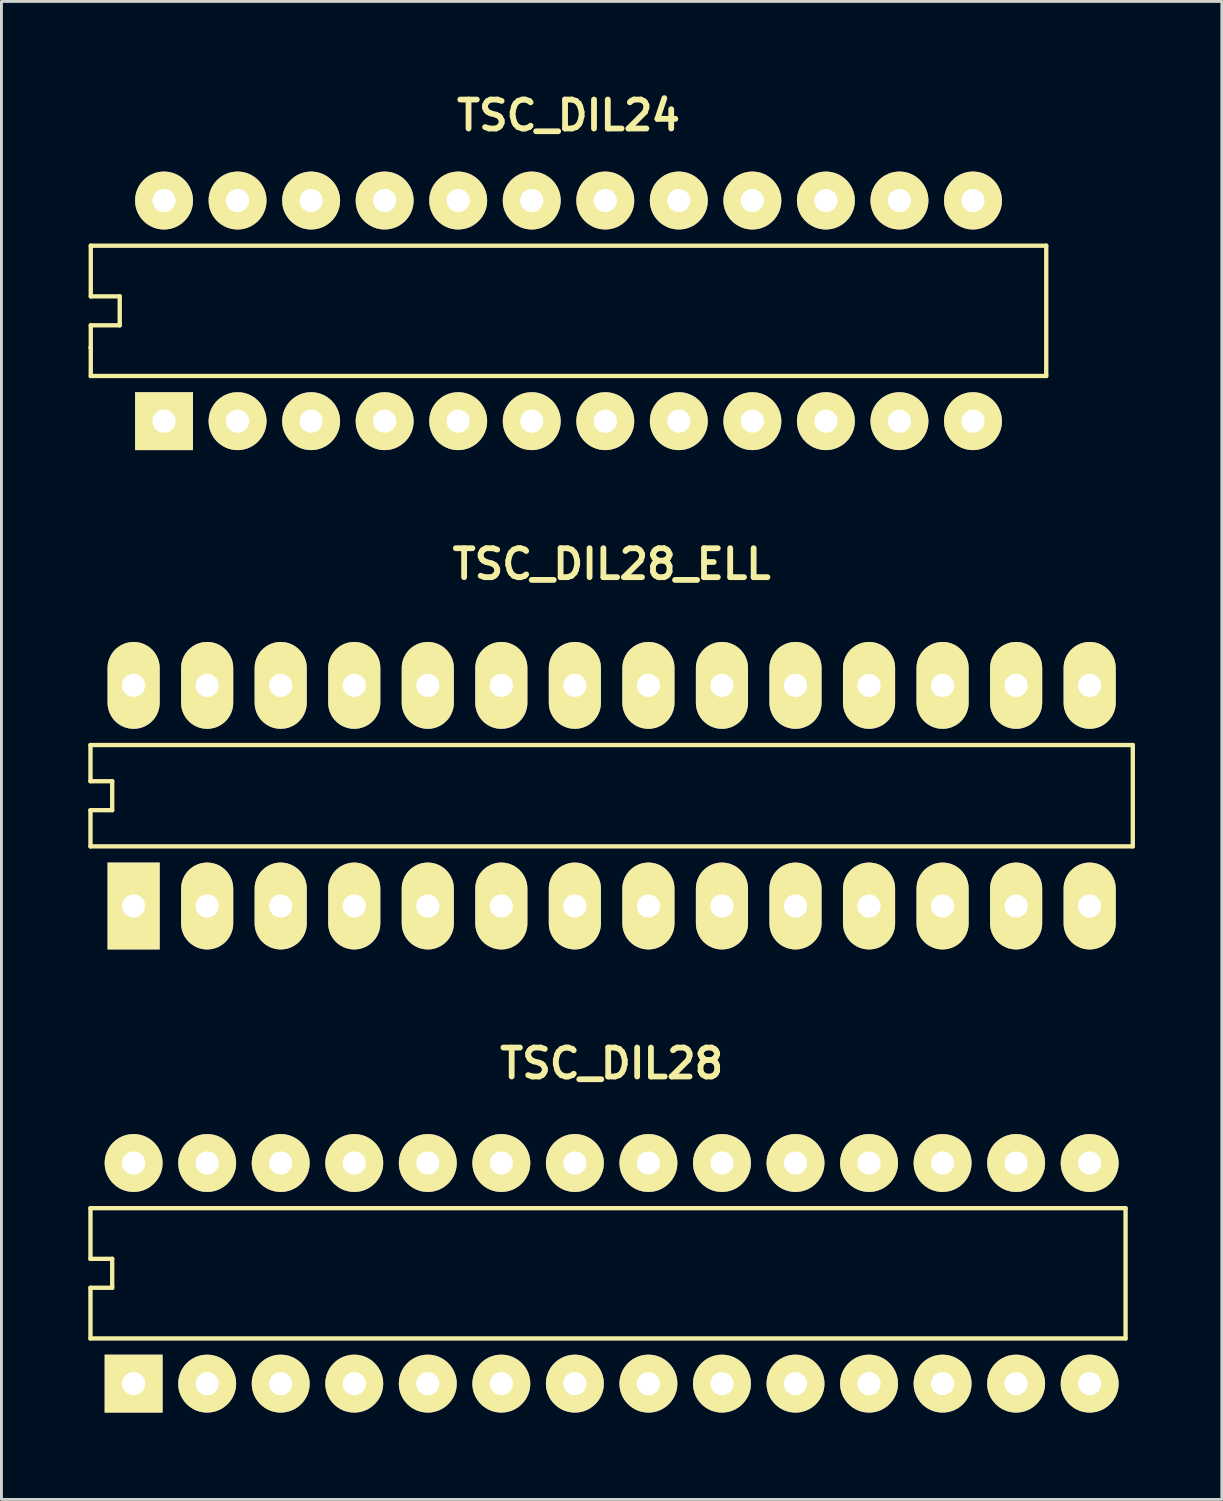
<source format=kicad_pcb>
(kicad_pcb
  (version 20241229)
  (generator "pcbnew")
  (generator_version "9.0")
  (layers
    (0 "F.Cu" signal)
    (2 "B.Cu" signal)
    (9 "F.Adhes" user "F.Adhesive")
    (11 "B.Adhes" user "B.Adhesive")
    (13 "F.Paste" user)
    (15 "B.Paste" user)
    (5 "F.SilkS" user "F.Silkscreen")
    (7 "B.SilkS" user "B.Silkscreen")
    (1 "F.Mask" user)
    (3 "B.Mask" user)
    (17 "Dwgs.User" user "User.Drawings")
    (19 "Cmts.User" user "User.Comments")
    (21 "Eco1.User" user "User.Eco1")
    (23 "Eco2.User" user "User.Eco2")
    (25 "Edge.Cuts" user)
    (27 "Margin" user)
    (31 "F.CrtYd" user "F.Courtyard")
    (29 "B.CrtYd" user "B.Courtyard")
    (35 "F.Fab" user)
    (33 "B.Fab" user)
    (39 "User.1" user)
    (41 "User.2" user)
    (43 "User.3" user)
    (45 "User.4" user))
  (footprint "TSC_DIL28_ELL"
    (layer "F.Cu")
    (at 18.075 24.432)
    (property "Reference" "TSC_DIL28_ELL" (at 0 -8 0) (layer "F.SilkS") (effects (font (size 1 1) (thickness 0.2))))
    (attr through_hole)
    (fp_line (start -18 -1.75) (end 18 -1.75) (stroke (width 0.15) (type solid)) (layer "F.SilkS"))
    (fp_line (start -18 -0.5) (end -18 -1.75) (stroke (width 0.15) (type solid)) (layer "F.SilkS"))
    (fp_line (start -18 0.5) (end -17.25 0.5) (stroke (width 0.15) (type solid)) (layer "F.SilkS"))
    (fp_line (start -18 1.75) (end -18 0.5) (stroke (width 0.15) (type solid)) (layer "F.SilkS"))
    (fp_line (start -17.25 -0.5) (end -18 -0.5) (stroke (width 0.15) (type solid)) (layer "F.SilkS"))
    (fp_line (start -17.25 0.5) (end -17.25 -0.5) (stroke (width 0.15) (type solid)) (layer "F.SilkS"))
    (fp_line (start 18 -1.75) (end 18 1.75) (stroke (width 0.15) (type solid)) (layer "F.SilkS"))
    (fp_line (start 18 1.75) (end -18 1.75) (stroke (width 0.15) (type solid)) (layer "F.SilkS"))
    (pad "1" thru_hole rect (at -16.51 3.81) (size 1.8 3) (drill 0.8) (layers "*.Cu" "*.Mask" "F.SilkS"))
    (pad "2" thru_hole oval (at -13.97 3.81) (size 1.8 3) (drill 0.8) (layers "*.Cu" "*.Mask" "F.SilkS"))
    (pad "3" thru_hole oval (at -11.43 3.81) (size 1.8 3) (drill 0.8) (layers "*.Cu" "*.Mask" "F.SilkS"))
    (pad "4" thru_hole oval (at -8.89 3.81) (size 1.8 3) (drill 0.8) (layers "*.Cu" "*.Mask" "F.SilkS"))
    (pad "5" thru_hole oval (at -6.35 3.81) (size 1.8 3) (drill 0.8) (layers "*.Cu" "*.Mask" "F.SilkS"))
    (pad "6" thru_hole oval (at -3.81 3.81) (size 1.8 3) (drill 0.8) (layers "*.Cu" "*.Mask" "F.SilkS"))
    (pad "7" thru_hole oval (at -1.27 3.81) (size 1.8 3) (drill 0.8) (layers "*.Cu" "*.Mask" "F.SilkS"))
    (pad "8" thru_hole oval (at 1.27 3.81) (size 1.8 3) (drill 0.8) (layers "*.Cu" "*.Mask" "F.SilkS"))
    (pad "9" thru_hole oval (at 3.81 3.81) (size 1.8 3) (drill 0.8) (layers "*.Cu" "*.Mask" "F.SilkS"))
    (pad "10" thru_hole oval (at 6.35 3.81) (size 1.8 3) (drill 0.8) (layers "*.Cu" "*.Mask" "F.SilkS"))
    (pad "11" thru_hole oval (at 8.89 3.81) (size 1.8 3) (drill 0.8) (layers "*.Cu" "*.Mask" "F.SilkS"))
    (pad "12" thru_hole oval (at 11.43 3.81) (size 1.8 3) (drill 0.8) (layers "*.Cu" "*.Mask" "F.SilkS"))
    (pad "13" thru_hole oval (at 13.97 3.81) (size 1.8 3) (drill 0.8) (layers "*.Cu" "*.Mask" "F.SilkS"))
    (pad "14" thru_hole oval (at 16.51 3.81) (size 1.8 3) (drill 0.8) (layers "*.Cu" "*.Mask" "F.SilkS"))
    (pad "15" thru_hole oval (at 16.51 -3.81) (size 1.8 3) (drill 0.8) (layers "*.Cu" "*.Mask" "F.SilkS"))
    (pad "16" thru_hole oval (at 13.97 -3.81) (size 1.8 3) (drill 0.8) (layers "*.Cu" "*.Mask" "F.SilkS"))
    (pad "17" thru_hole oval (at 11.43 -3.81) (size 1.8 3) (drill 0.8) (layers "*.Cu" "*.Mask" "F.SilkS"))
    (pad "18" thru_hole oval (at 8.89 -3.81) (size 1.8 3) (drill 0.8) (layers "*.Cu" "*.Mask" "F.SilkS"))
    (pad "19" thru_hole oval (at 6.35 -3.81) (size 1.8 3) (drill 0.8) (layers "*.Cu" "*.Mask" "F.SilkS"))
    (pad "20" thru_hole oval (at 3.81 -3.81) (size 1.8 3) (drill 0.8) (layers "*.Cu" "*.Mask" "F.SilkS"))
    (pad "21" thru_hole oval (at 1.27 -3.81) (size 1.8 3) (drill 0.8) (layers "*.Cu" "*.Mask" "F.SilkS"))
    (pad "22" thru_hole oval (at -1.27 -3.81) (size 1.8 3) (drill 0.8) (layers "*.Cu" "*.Mask" "F.SilkS"))
    (pad "23" thru_hole oval (at -3.81 -3.81) (size 1.8 3) (drill 0.8) (layers "*.Cu" "*.Mask" "F.SilkS"))
    (pad "24" thru_hole oval (at -6.35 -3.81) (size 1.8 3) (drill 0.8) (layers "*.Cu" "*.Mask" "F.SilkS"))
    (pad "25" thru_hole oval (at -8.89 -3.81) (size 1.8 3) (drill 0.8) (layers "*.Cu" "*.Mask" "F.SilkS"))
    (pad "26" thru_hole oval (at -11.43 -3.81) (size 1.8 3) (drill 0.8) (layers "*.Cu" "*.Mask" "F.SilkS"))
    (pad "27" thru_hole oval (at -13.97 -3.81) (size 1.8 3) (drill 0.8) (layers "*.Cu" "*.Mask" "F.SilkS"))
    (pad "28" thru_hole oval (at -16.51 -3.81) (size 1.8 3) (drill 0.8) (layers "*.Cu" "*.Mask" "F.SilkS")))
  (footprint "TSC_DIL24"
    (layer "F.Cu")
    (at 16.585 7.686)
    (property "Reference" "TSC_DIL24" (at 0 -6.75 0) (layer "F.SilkS") (effects (font (size 1 1) (thickness 0.2))))
    (attr through_hole)
    (fp_line (start -16.51 1.27) (end -16.51 1.27) (stroke (width 0.15) (type solid)) (layer "F.SilkS"))
    (fp_line (start -16.5 -2.25) (end 16.5 -2.25) (stroke (width 0.15) (type solid)) (layer "F.SilkS"))
    (fp_line (start -16.5 -0.5) (end -16.5 -2.25) (stroke (width 0.15) (type solid)) (layer "F.SilkS"))
    (fp_line (start -16.5 0.5) (end -15.5 0.5) (stroke (width 0.15) (type solid)) (layer "F.SilkS"))
    (fp_line (start -16.5 2.25) (end -16.5 0.5) (stroke (width 0.15) (type solid)) (layer "F.SilkS"))
    (fp_line (start -15.5 -0.5) (end -16.5 -0.5) (stroke (width 0.15) (type solid)) (layer "F.SilkS"))
    (fp_line (start -15.5 0.5) (end -15.5 -0.5) (stroke (width 0.15) (type solid)) (layer "F.SilkS"))
    (fp_line (start 16.5 -2.25) (end 16.5 2.25) (stroke (width 0.15) (type solid)) (layer "F.SilkS"))
    (fp_line (start 16.5 2.25) (end -16.5 2.25) (stroke (width 0.15) (type solid)) (layer "F.SilkS"))
    (pad "1" thru_hole rect (at -13.97 3.81) (size 2 2) (drill 0.8) (layers "*.Cu" "*.Mask" "F.SilkS"))
    (pad "2" thru_hole circle (at -11.43 3.81) (size 2 2) (drill 0.8) (layers "*.Cu" "*.Mask" "F.SilkS"))
    (pad "3" thru_hole circle (at -8.89 3.81) (size 2 2) (drill 0.8) (layers "*.Cu" "*.Mask" "F.SilkS"))
    (pad "4" thru_hole circle (at -6.35 3.81) (size 2 2) (drill 0.8) (layers "*.Cu" "*.Mask" "F.SilkS"))
    (pad "5" thru_hole circle (at -3.81 3.81) (size 2 2) (drill 0.8) (layers "*.Cu" "*.Mask" "F.SilkS"))
    (pad "6" thru_hole circle (at -1.27 3.81) (size 2 2) (drill 0.8) (layers "*.Cu" "*.Mask" "F.SilkS"))
    (pad "7" thru_hole circle (at 1.27 3.81) (size 2 2) (drill 0.8) (layers "*.Cu" "*.Mask" "F.SilkS"))
    (pad "8" thru_hole circle (at 3.81 3.81) (size 2 2) (drill 0.8) (layers "*.Cu" "*.Mask" "F.SilkS"))
    (pad "9" thru_hole circle (at 6.35 3.81) (size 2 2) (drill 0.8) (layers "*.Cu" "*.Mask" "F.SilkS"))
    (pad "10" thru_hole circle (at 8.89 3.81) (size 2 2) (drill 0.8) (layers "*.Cu" "*.Mask" "F.SilkS"))
    (pad "11" thru_hole circle (at 11.43 3.81) (size 2 2) (drill 0.8) (layers "*.Cu" "*.Mask" "F.SilkS"))
    (pad "12" thru_hole circle (at 13.97 3.81) (size 2 2) (drill 0.8) (layers "*.Cu" "*.Mask" "F.SilkS"))
    (pad "13" thru_hole circle (at 13.97 -3.81) (size 2 2) (drill 0.8) (layers "*.Cu" "*.Mask" "F.SilkS"))
    (pad "14" thru_hole circle (at 11.43 -3.81) (size 2 2) (drill 0.8) (layers "*.Cu" "*.Mask" "F.SilkS"))
    (pad "15" thru_hole circle (at 8.89 -3.81) (size 2 2) (drill 0.8) (layers "*.Cu" "*.Mask" "F.SilkS"))
    (pad "16" thru_hole circle (at 6.35 -3.81) (size 2 2) (drill 0.8) (layers "*.Cu" "*.Mask" "F.SilkS"))
    (pad "17" thru_hole circle (at 3.81 -3.81) (size 2 2) (drill 0.8) (layers "*.Cu" "*.Mask" "F.SilkS"))
    (pad "18" thru_hole circle (at 1.27 -3.81) (size 2 2) (drill 0.8) (layers "*.Cu" "*.Mask" "F.SilkS"))
    (pad "19" thru_hole circle (at -1.27 -3.81) (size 2 2) (drill 0.8) (layers "*.Cu" "*.Mask" "F.SilkS"))
    (pad "20" thru_hole circle (at -3.81 -3.81) (size 2 2) (drill 0.8) (layers "*.Cu" "*.Mask" "F.SilkS"))
    (pad "21" thru_hole circle (at -6.35 -3.81) (size 2 2) (drill 0.8) (layers "*.Cu" "*.Mask" "F.SilkS"))
    (pad "22" thru_hole circle (at -8.89 -3.81) (size 2 2) (drill 0.8) (layers "*.Cu" "*.Mask" "F.SilkS"))
    (pad "23" thru_hole circle (at -11.43 -3.81) (size 2 2) (drill 0.8) (layers "*.Cu" "*.Mask" "F.SilkS"))
    (pad "24" thru_hole circle (at -13.97 -3.81) (size 2 2) (drill 0.8) (layers "*.Cu" "*.Mask" "F.SilkS")))
  (footprint "TSC_DIL28"
    (layer "F.Cu")
    (at 18.075 40.928)
    (property "Reference" "TSC_DIL28" (at 0 -7.25 0) (layer "F.SilkS") (effects (font (size 1 1) (thickness 0.2))))
    (attr through_hole)
    (fp_line (start -18 -2.25) (end 17.75 -2.25) (stroke (width 0.15) (type solid)) (layer "F.SilkS"))
    (fp_line (start -18 -0.5) (end -18 -2.25) (stroke (width 0.15) (type solid)) (layer "F.SilkS"))
    (fp_line (start -18 0.5) (end -17.25 0.5) (stroke (width 0.15) (type solid)) (layer "F.SilkS"))
    (fp_line (start -18 2.25) (end -18 0.5) (stroke (width 0.15) (type solid)) (layer "F.SilkS"))
    (fp_line (start -17.25 -0.5) (end -18 -0.5) (stroke (width 0.15) (type solid)) (layer "F.SilkS"))
    (fp_line (start -17.25 0.5) (end -17.25 -0.5) (stroke (width 0.15) (type solid)) (layer "F.SilkS"))
    (fp_line (start 17.75 -2.25) (end 17.75 2.25) (stroke (width 0.15) (type solid)) (layer "F.SilkS"))
    (fp_line (start 17.75 2.25) (end -18 2.25) (stroke (width 0.15) (type solid)) (layer "F.SilkS"))
    (pad "1" thru_hole rect (at -16.51 3.81) (size 2 2) (drill 0.8) (layers "*.Cu" "*.Mask" "F.SilkS"))
    (pad "2" thru_hole circle (at -13.97 3.81) (size 2 2) (drill 0.8) (layers "*.Cu" "*.Mask" "F.SilkS"))
    (pad "3" thru_hole circle (at -11.43 3.81) (size 2 2) (drill 0.8) (layers "*.Cu" "*.Mask" "F.SilkS"))
    (pad "4" thru_hole circle (at -8.89 3.81) (size 2 2) (drill 0.8) (layers "*.Cu" "*.Mask" "F.SilkS"))
    (pad "5" thru_hole circle (at -6.35 3.81) (size 2 2) (drill 0.8) (layers "*.Cu" "*.Mask" "F.SilkS"))
    (pad "6" thru_hole circle (at -3.81 3.81) (size 2 2) (drill 0.8) (layers "*.Cu" "*.Mask" "F.SilkS"))
    (pad "7" thru_hole circle (at -1.27 3.81) (size 2 2) (drill 0.8) (layers "*.Cu" "*.Mask" "F.SilkS"))
    (pad "8" thru_hole circle (at 1.27 3.81) (size 2 2) (drill 0.8) (layers "*.Cu" "*.Mask" "F.SilkS"))
    (pad "9" thru_hole circle (at 3.81 3.81) (size 2 2) (drill 0.8) (layers "*.Cu" "*.Mask" "F.SilkS"))
    (pad "10" thru_hole circle (at 6.35 3.81) (size 2 2) (drill 0.8) (layers "*.Cu" "*.Mask" "F.SilkS"))
    (pad "11" thru_hole circle (at 8.89 3.81) (size 2 2) (drill 0.8) (layers "*.Cu" "*.Mask" "F.SilkS"))
    (pad "12" thru_hole circle (at 11.43 3.81) (size 2 2) (drill 0.8) (layers "*.Cu" "*.Mask" "F.SilkS"))
    (pad "13" thru_hole circle (at 13.97 3.81) (size 2 2) (drill 0.8) (layers "*.Cu" "*.Mask" "F.SilkS"))
    (pad "14" thru_hole circle (at 16.51 3.81) (size 2 2) (drill 0.8) (layers "*.Cu" "*.Mask" "F.SilkS"))
    (pad "15" thru_hole circle (at 16.51 -3.81) (size 2 2) (drill 0.8) (layers "*.Cu" "*.Mask" "F.SilkS"))
    (pad "16" thru_hole circle (at 13.97 -3.81) (size 2 2) (drill 0.8) (layers "*.Cu" "*.Mask" "F.SilkS"))
    (pad "17" thru_hole circle (at 11.43 -3.81) (size 2 2) (drill 0.8) (layers "*.Cu" "*.Mask" "F.SilkS"))
    (pad "18" thru_hole circle (at 8.89 -3.81) (size 2 2) (drill 0.8) (layers "*.Cu" "*.Mask" "F.SilkS"))
    (pad "19" thru_hole circle (at 6.35 -3.81) (size 2 2) (drill 0.8) (layers "*.Cu" "*.Mask" "F.SilkS"))
    (pad "20" thru_hole circle (at 3.81 -3.81) (size 2 2) (drill 0.8) (layers "*.Cu" "*.Mask" "F.SilkS"))
    (pad "21" thru_hole circle (at 1.27 -3.81) (size 2 2) (drill 0.8) (layers "*.Cu" "*.Mask" "F.SilkS"))
    (pad "22" thru_hole circle (at -1.27 -3.81) (size 2 2) (drill 0.8) (layers "*.Cu" "*.Mask" "F.SilkS"))
    (pad "23" thru_hole circle (at -3.81 -3.81) (size 2 2) (drill 0.8) (layers "*.Cu" "*.Mask" "F.SilkS"))
    (pad "24" thru_hole circle (at -6.35 -3.81) (size 2 2) (drill 0.8) (layers "*.Cu" "*.Mask" "F.SilkS"))
    (pad "25" thru_hole circle (at -8.89 -3.81) (size 2 2) (drill 0.8) (layers "*.Cu" "*.Mask" "F.SilkS"))
    (pad "26" thru_hole circle (at -11.43 -3.81) (size 2 2) (drill 0.8) (layers "*.Cu" "*.Mask" "F.SilkS"))
    (pad "27" thru_hole circle (at -13.97 -3.81) (size 2 2) (drill 0.8) (layers "*.Cu" "*.Mask" "F.SilkS"))
    (pad "28" thru_hole circle (at -16.51 -3.81) (size 2 2) (drill 0.8) (layers "*.Cu" "*.Mask" "F.SilkS")))
  (gr_rect
    (start -3 -3)
    (end 39.15 48.738)
    (stroke (width 0.1) (type default))
    (fill no)
    (layer "Edge.Cuts")))
</source>
